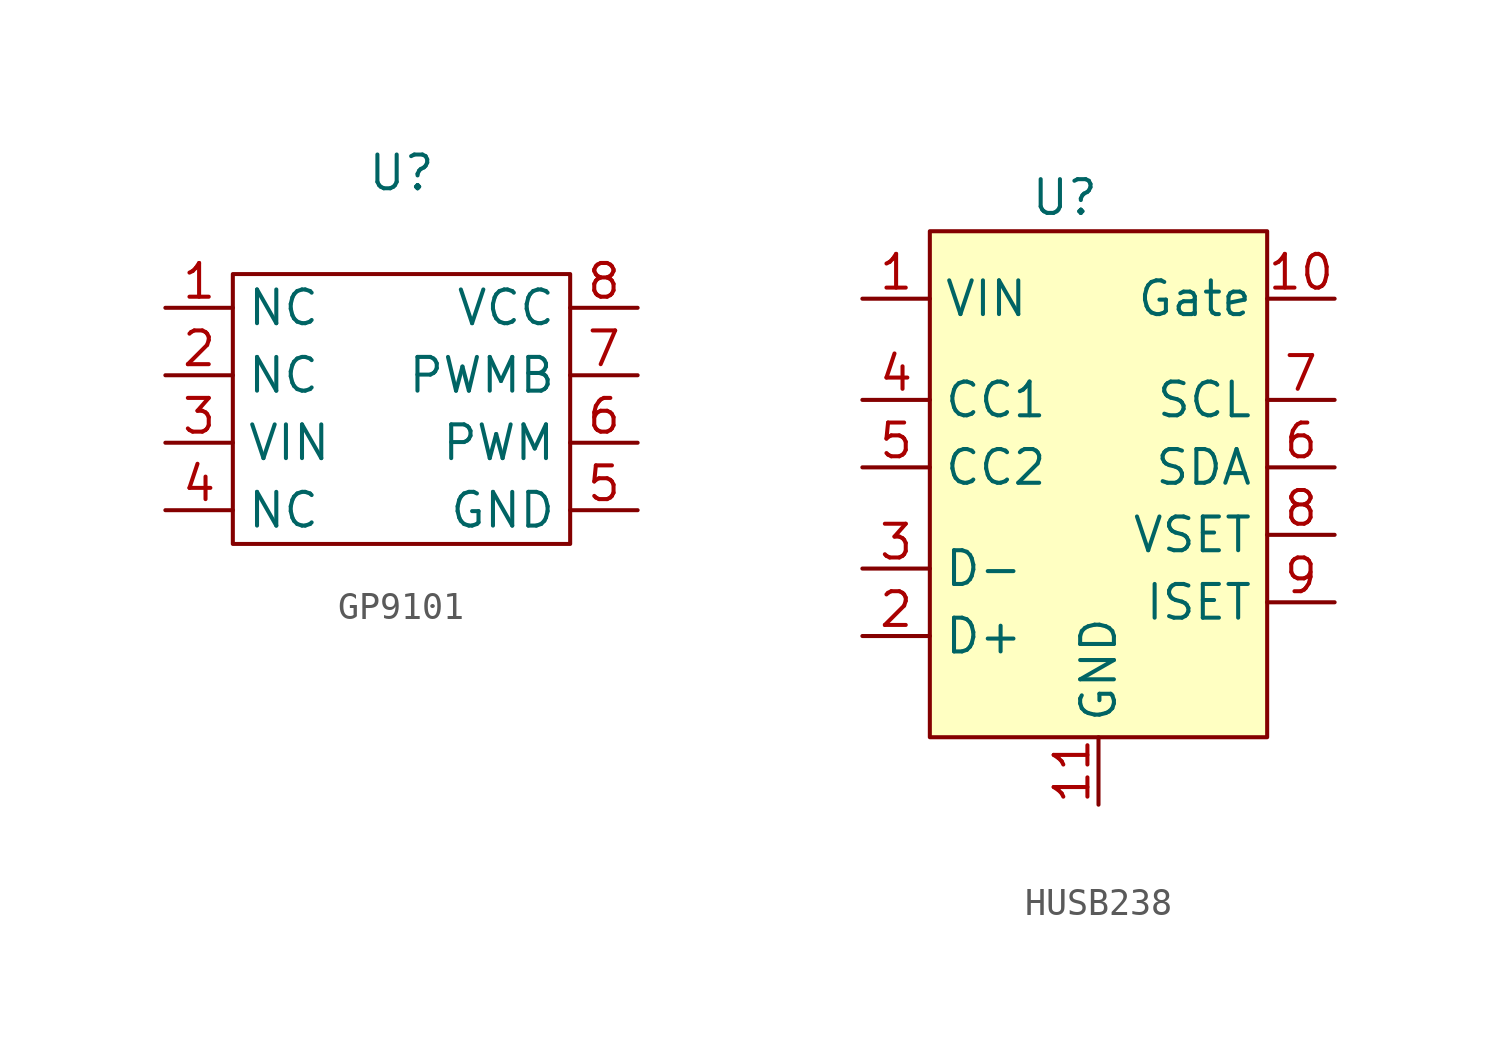
<source format=kicad_sym>
(kicad_symbol_lib
  (version 20220914)
  (generator kicad_symbol_editor)
  (symbol "GP9101"
    (property "Reference" "U"
      (at 0 7.62 0)
      (effects (font (size 1.27 1.27))))
    (property "Value" ""
      (at 0 3.81 0)
      (effects (font (size 1.27 1.27))))
    (symbol "GP9101_0_1"
      (rectangle (start -6.35 3.81) (end 6.35 -6.35) (stroke (width 0) (type default)) (fill (type none))))
    (symbol "GP9101_1_1"
      (pin input line (at -8.89 2.54 0) (length 2.54) (name "NC" (effects (font (size 1.27 1.27)))) (number "1" (effects (font (size 1.27 1.27)))))
      (pin input line (at -8.89 0 0) (length 2.54) (name "NC" (effects (font (size 1.27 1.27)))) (number "2" (effects (font (size 1.27 1.27)))))
      (pin input line (at -8.89 -2.54 0) (length 2.54) (name "VIN" (effects (font (size 1.27 1.27)))) (number "3" (effects (font (size 1.27 1.27)))))
      (pin input line (at -8.89 -5.08 0) (length 2.54) (name "NC" (effects (font (size 1.27 1.27)))) (number "4" (effects (font (size 1.27 1.27)))))
      (pin input line (at 8.89 -5.08 180) (length 2.54) (name "GND" (effects (font (size 1.27 1.27)))) (number "5" (effects (font (size 1.27 1.27)))))
      (pin input line (at 8.89 -2.54 180) (length 2.54) (name "PWM" (effects (font (size 1.27 1.27)))) (number "6" (effects (font (size 1.27 1.27)))))
      (pin input line (at 8.89 0 180) (length 2.54) (name "PWMB" (effects (font (size 1.27 1.27)))) (number "7" (effects (font (size 1.27 1.27)))))
      (pin input line (at 8.89 2.54 180) (length 2.54) (name "VCC" (effects (font (size 1.27 1.27)))) (number "8" (effects (font (size 1.27 1.27)))))))
  (symbol "HUSB238"
    (property "Reference" "U"
      (at -1.27 7.62 0)
      (effects (font (size 1.27 1.27))))
    (property "Value" ""
      (at -1.27 7.62 0)
      (effects (font (size 1.27 1.27))))
    (symbol "HUSB238_0_1"
      (rectangle (start -6.35 6.35) (end 6.35 -12.7) (stroke (width 0) (type default)) (fill (type background))))
    (symbol "HUSB238_1_1"
      (pin input line (at -8.89 3.81 0) (length 2.54) (name "VIN" (effects (font (size 1.27 1.27)))) (number "1" (effects (font (size 1.27 1.27)))))
      (pin input line (at 8.89 3.81 180) (length 2.54) (name "Gate" (effects (font (size 1.27 1.27)))) (number "10" (effects (font (size 1.27 1.27)))))
      (pin input line (at 0 -15.24 90) (length 2.54) (name "GND" (effects (font (size 1.27 1.27)))) (number "11" (effects (font (size 1.27 1.27)))))
      (pin input line (at -8.89 -8.89 0) (length 2.54) (name "D+" (effects (font (size 1.27 1.27)))) (number "2" (effects (font (size 1.27 1.27)))))
      (pin input line (at -8.89 -6.35 0) (length 2.54) (name "D-" (effects (font (size 1.27 1.27)))) (number "3" (effects (font (size 1.27 1.27)))))
      (pin input line (at -8.89 0 0) (length 2.54) (name "CC1" (effects (font (size 1.27 1.27)))) (number "4" (effects (font (size 1.27 1.27)))))
      (pin input line (at -8.89 -2.54 0) (length 2.54) (name "CC2" (effects (font (size 1.27 1.27)))) (number "5" (effects (font (size 1.27 1.27)))))
      (pin input line (at 8.89 -2.54 180) (length 2.54) (name "SDA" (effects (font (size 1.27 1.27)))) (number "6" (effects (font (size 1.27 1.27)))))
      (pin input line (at 8.89 0 180) (length 2.54) (name "SCL" (effects (font (size 1.27 1.27)))) (number "7" (effects (font (size 1.27 1.27)))))
      (pin input line (at 8.89 -5.08 180) (length 2.54) (name "VSET" (effects (font (size 1.27 1.27)))) (number "8" (effects (font (size 1.27 1.27)))))
      (pin input line (at 8.89 -7.62 180) (length 2.54) (name "ISET" (effects (font (size 1.27 1.27)))) (number "9" (effects (font (size 1.27 1.27))))))))
</source>
